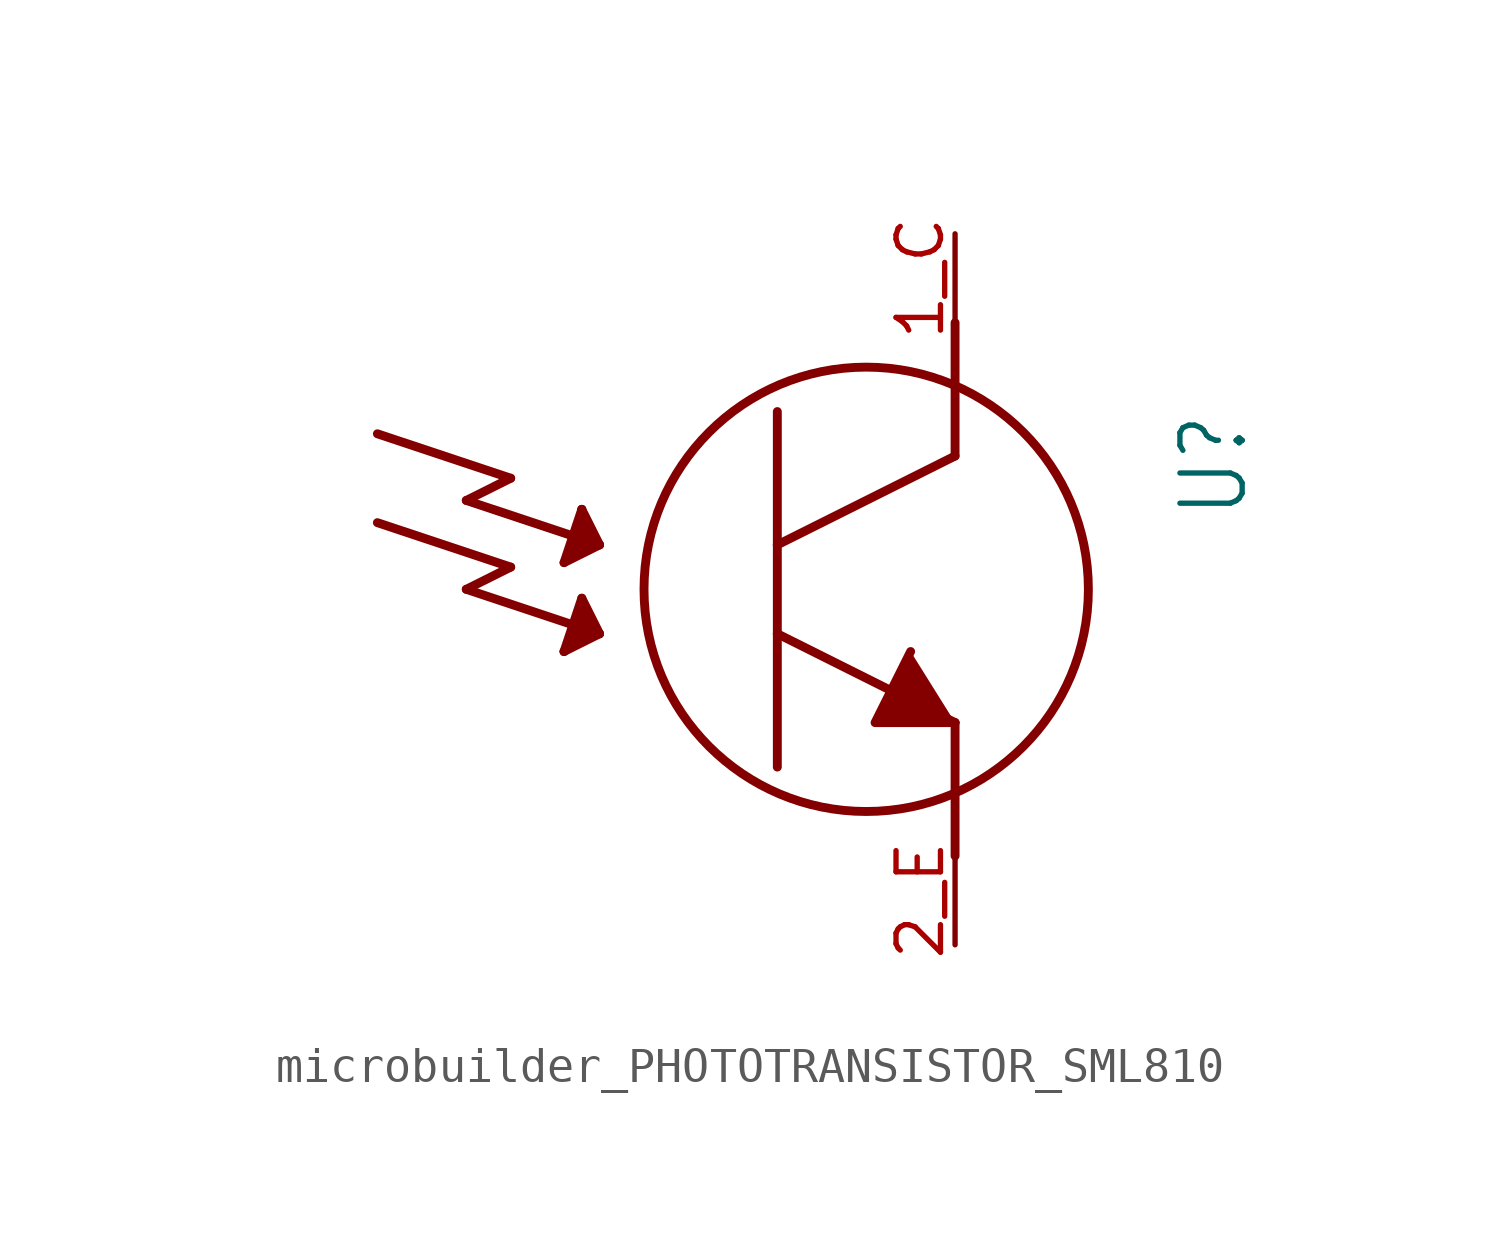
<source format=kicad_sym>
(kicad_symbol_lib
  (version 20231120)
  (generator "kicad_symbol_editor")
  (generator_version "8.0")
  (symbol "microbuilder_PHOTOTRANSISTOR_SML810"
    (property "Reference" "U"
      (at 8.89 5.08 90)
      (effects (font (size 1.778 1.511)) (justify right top)))
    (property "Value" ""
      (at -17.78 5.08 90)
      (effects (font (size 1.778 1.511)) (justify right top)))
    (property "ki_locked" ""
      (at 0 0 0)
      (effects (font (size 1.27 1.27))))
    (symbol "microbuilder_PHOTOTRANSISTOR_SML810_1_0"
      (polyline (pts (xy -13.97 1.905) (xy -10.16 0.635)) (stroke (width 0.254) (type solid)) (fill (type none)))
      (polyline (pts (xy -13.97 4.445) (xy -10.16 3.175)) (stroke (width 0.254) (type solid)) (fill (type none)))
      (polyline (pts (xy -11.43 0) (xy -7.62 -1.27)) (stroke (width 0.254) (type solid)) (fill (type none)))
      (polyline (pts (xy -11.43 2.54) (xy -7.62 1.27)) (stroke (width 0.254) (type solid)) (fill (type none)))
      (polyline (pts (xy -10.16 0.635) (xy -11.43 0)) (stroke (width 0.254) (type solid)) (fill (type none)))
      (polyline (pts (xy -10.16 3.175) (xy -11.43 2.54)) (stroke (width 0.254) (type solid)) (fill (type none)))
      (polyline (pts (xy -8.636 -1.778) (xy -8.128 -0.254)) (stroke (width 0.254) (type solid)) (fill (type none)))
      (polyline (pts (xy -8.636 -1.778) (xy -7.874 -1.27)) (stroke (width 0.254) (type solid)) (fill (type none)))
      (polyline (pts (xy -8.636 0.762) (xy -7.62 1.27)) (stroke (width 0.254) (type solid)) (fill (type none)))
      (polyline (pts (xy -8.382 -1.524) (xy -8.128 -1.27)) (stroke (width 0.254) (type solid)) (fill (type none)))
      (polyline (pts (xy -8.382 -1.27) (xy -8.128 -0.508)) (stroke (width 0.254) (type solid)) (fill (type none)))
      (polyline (pts (xy -8.382 1.016) (xy -8.382 1.27)) (stroke (width 0.254) (type solid)) (fill (type none)))
      (polyline (pts (xy -8.382 1.27) (xy -8.128 1.27)) (stroke (width 0.254) (type solid)) (fill (type none)))
      (polyline (pts (xy -8.128 -1.27) (xy -8.382 -1.27)) (stroke (width 0.254) (type solid)) (fill (type none)))
      (polyline (pts (xy -8.128 -1.016) (xy -7.874 -1.016)) (stroke (width 0.254) (type solid)) (fill (type none)))
      (polyline (pts (xy -8.128 -0.762) (xy -8.128 -1.016)) (stroke (width 0.254) (type solid)) (fill (type none)))
      (polyline (pts (xy -8.128 -0.508) (xy -8.128 -0.762)) (stroke (width 0.254) (type solid)) (fill (type none)))
      (polyline (pts (xy -8.128 -0.254) (xy -7.62 -1.27)) (stroke (width 0.254) (type solid)) (fill (type none)))
      (polyline (pts (xy -8.128 1.27) (xy -7.874 1.27)) (stroke (width 0.254) (type solid)) (fill (type none)))
      (polyline (pts (xy -8.128 1.524) (xy -8.128 1.27)) (stroke (width 0.254) (type solid)) (fill (type none)))
      (polyline (pts (xy -8.128 1.524) (xy -7.874 1.524)) (stroke (width 0.254) (type solid)) (fill (type none)))
      (polyline (pts (xy -8.128 1.778) (xy -8.128 1.524)) (stroke (width 0.254) (type solid)) (fill (type none)))
      (polyline (pts (xy -8.128 2.286) (xy -8.636 0.762)) (stroke (width 0.254) (type solid)) (fill (type none)))
      (polyline (pts (xy -8.128 2.286) (xy -8.128 1.778)) (stroke (width 0.254) (type solid)) (fill (type none)))
      (polyline (pts (xy -7.874 -1.27) (xy -8.382 -1.524)) (stroke (width 0.254) (type solid)) (fill (type none)))
      (polyline (pts (xy -7.874 -1.016) (xy -8.128 -0.762)) (stroke (width 0.254) (type solid)) (fill (type none)))
      (polyline (pts (xy -7.874 1.27) (xy -8.382 1.016)) (stroke (width 0.254) (type solid)) (fill (type none)))
      (polyline (pts (xy -7.874 1.524) (xy -8.128 1.778)) (stroke (width 0.254) (type solid)) (fill (type none)))
      (polyline (pts (xy -7.62 -1.27) (xy -8.636 -1.778)) (stroke (width 0.254) (type solid)) (fill (type none)))
      (polyline (pts (xy -7.62 1.27) (xy -8.128 2.286)) (stroke (width 0.254) (type solid)) (fill (type none)))
      (polyline (pts (xy -2.54 -1.27) (xy -2.54 -5.08)) (stroke (width 0.254) (type solid)) (fill (type none)))
      (polyline (pts (xy -2.54 -1.27) (xy 2.54 -3.81)) (stroke (width 0.254) (type solid)) (fill (type none)))
      (polyline (pts (xy -2.54 1.27) (xy -2.54 -1.27)) (stroke (width 0.254) (type solid)) (fill (type none)))
      (polyline (pts (xy -2.54 5.08) (xy -2.54 1.27)) (stroke (width 0.254) (type solid)) (fill (type none)))
      (polyline (pts (xy 2.54 -3.81) (xy 2.54 -7.62)) (stroke (width 0.254) (type solid)) (fill (type none)))
      (polyline (pts (xy 2.54 3.81) (xy -2.54 1.27)) (stroke (width 0.254) (type solid)) (fill (type none)))
      (polyline (pts (xy 2.54 7.62) (xy 2.54 3.81)) (stroke (width 0.254) (type solid)) (fill (type none)))
      (polyline (pts (xy 1.27 -1.778) (xy 0.254 -3.81) (xy 2.54 -3.81)) (stroke (width 0.254) (type solid)) (fill (type outline)))
      (circle (center 0 0) (radius 6.35) (stroke (width 0.254) (type solid)) (fill (type none)))
      (pin bidirectional line (at 2.54 10.16 270) (length 2.54) (name "C" (effects (font (size 0 0)))) (number "1_C" (effects (font (size 1.27 1.27)))))
      (pin bidirectional line (at 2.54 -10.16 90) (length 2.54) (name "E" (effects (font (size 0 0)))) (number "2_E" (effects (font (size 1.27 1.27))))))))
</source>
